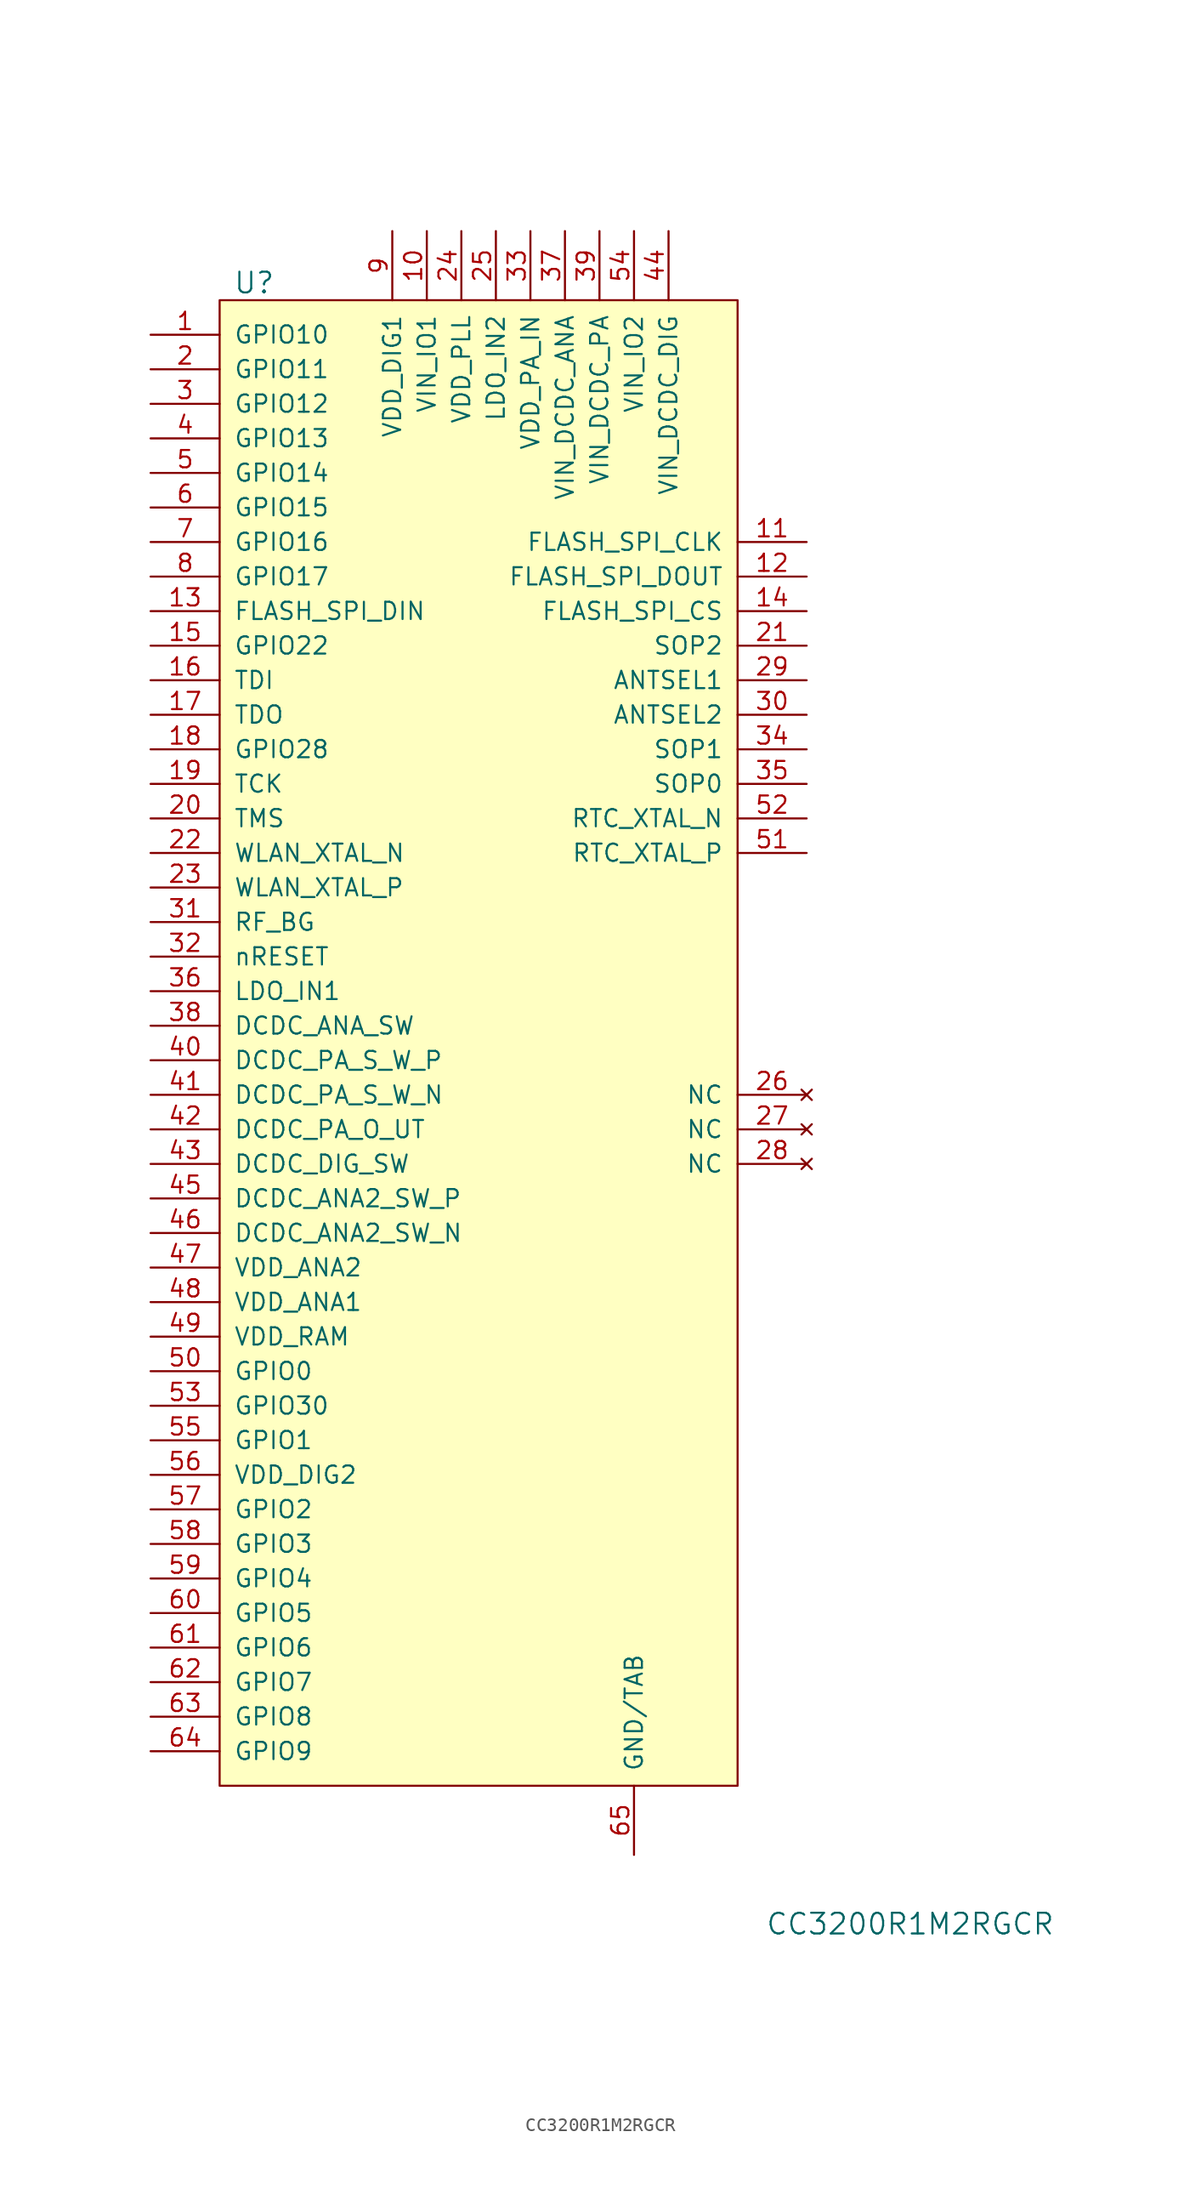
<source format=kicad_sym>
(kicad_symbol_lib
  (version 20231120)
  (generator "kicad_symbol_editor")
  (generator_version "8.0")
  (symbol "CC3200R1M2RGCR"
    (pin_names
      (offset 1.016))
    (property "Reference" "U"
      (at -12.7 41.91 0)
      (effects (font (size 1.524 1.524))))
    (property "Value" "CC3200R1M2RGCR"
      (at 35.56 -78.74 0)
      (effects (font (size 1.524 1.524))))
    (symbol "CC3200R1M2RGCR_0_1"
      (rectangle (start -15.24 40.64) (end 22.86 -68.58) (stroke (width 0) (type default)) (fill (type background))))
    (symbol "CC3200R1M2RGCR_1_1"
      (pin bidirectional line (at -20.32 38.1 0) (length 5.08) (name "GPIO10" (effects (font (size 1.27 1.27)))) (number "1" (effects (font (size 1.27 1.27)))))
      (pin power_in line (at 0 45.72 270) (length 5.08) (name "VIN_IO1" (effects (font (size 1.27 1.27)))) (number "10" (effects (font (size 1.27 1.27)))))
      (pin output line (at 27.94 22.86 180) (length 5.08) (name "FLASH_SPI_CLK" (effects (font (size 1.27 1.27)))) (number "11" (effects (font (size 1.27 1.27)))))
      (pin output line (at 27.94 20.32 180) (length 5.08) (name "FLASH_SPI_DOUT" (effects (font (size 1.27 1.27)))) (number "12" (effects (font (size 1.27 1.27)))))
      (pin input line (at -20.32 17.78 0) (length 5.08) (name "FLASH_SPI_DIN" (effects (font (size 1.27 1.27)))) (number "13" (effects (font (size 1.27 1.27)))))
      (pin output line (at 27.94 17.78 180) (length 5.08) (name "FLASH_SPI_CS" (effects (font (size 1.27 1.27)))) (number "14" (effects (font (size 1.27 1.27)))))
      (pin bidirectional line (at -20.32 15.24 0) (length 5.08) (name "GPIO22" (effects (font (size 1.27 1.27)))) (number "15" (effects (font (size 1.27 1.27)))))
      (pin bidirectional line (at -20.32 12.7 0) (length 5.08) (name "TDI" (effects (font (size 1.27 1.27)))) (number "16" (effects (font (size 1.27 1.27)))))
      (pin bidirectional line (at -20.32 10.16 0) (length 5.08) (name "TDO" (effects (font (size 1.27 1.27)))) (number "17" (effects (font (size 1.27 1.27)))))
      (pin bidirectional line (at -20.32 7.62 0) (length 5.08) (name "GPIO28" (effects (font (size 1.27 1.27)))) (number "18" (effects (font (size 1.27 1.27)))))
      (pin bidirectional line (at -20.32 5.08 0) (length 5.08) (name "TCK" (effects (font (size 1.27 1.27)))) (number "19" (effects (font (size 1.27 1.27)))))
      (pin bidirectional line (at -20.32 35.56 0) (length 5.08) (name "GPIO11" (effects (font (size 1.27 1.27)))) (number "2" (effects (font (size 1.27 1.27)))))
      (pin bidirectional line (at -20.32 2.54 0) (length 5.08) (name "TMS" (effects (font (size 1.27 1.27)))) (number "20" (effects (font (size 1.27 1.27)))))
      (pin output line (at 27.94 15.24 180) (length 5.08) (name "SOP2" (effects (font (size 1.27 1.27)))) (number "21" (effects (font (size 1.27 1.27)))))
      (pin input line (at -20.32 0 0) (length 5.08) (name "WLAN_XTAL_N" (effects (font (size 1.27 1.27)))) (number "22" (effects (font (size 1.27 1.27)))))
      (pin input line (at -20.32 -2.54 0) (length 5.08) (name "WLAN_XTAL_P" (effects (font (size 1.27 1.27)))) (number "23" (effects (font (size 1.27 1.27)))))
      (pin power_in line (at 2.54 45.72 270) (length 5.08) (name "VDD_PLL" (effects (font (size 1.27 1.27)))) (number "24" (effects (font (size 1.27 1.27)))))
      (pin power_in line (at 5.08 45.72 270) (length 5.08) (name "LDO_IN2" (effects (font (size 1.27 1.27)))) (number "25" (effects (font (size 1.27 1.27)))))
      (pin no_connect line (at 27.94 -17.78 180) (length 5.08) (name "NC" (effects (font (size 1.27 1.27)))) (number "26" (effects (font (size 1.27 1.27)))))
      (pin no_connect line (at 27.94 -20.32 180) (length 5.08) (name "NC" (effects (font (size 1.27 1.27)))) (number "27" (effects (font (size 1.27 1.27)))))
      (pin no_connect line (at 27.94 -22.86 180) (length 5.08) (name "NC" (effects (font (size 1.27 1.27)))) (number "28" (effects (font (size 1.27 1.27)))))
      (pin output line (at 27.94 12.7 180) (length 5.08) (name "ANTSEL1" (effects (font (size 1.27 1.27)))) (number "29" (effects (font (size 1.27 1.27)))))
      (pin bidirectional line (at -20.32 33.02 0) (length 5.08) (name "GPIO12" (effects (font (size 1.27 1.27)))) (number "3" (effects (font (size 1.27 1.27)))))
      (pin output line (at 27.94 10.16 180) (length 5.08) (name "ANTSEL2" (effects (font (size 1.27 1.27)))) (number "30" (effects (font (size 1.27 1.27)))))
      (pin bidirectional line (at -20.32 -5.08 0) (length 5.08) (name "RF_BG" (effects (font (size 1.27 1.27)))) (number "31" (effects (font (size 1.27 1.27)))))
      (pin input line (at -20.32 -7.62 0) (length 5.08) (name "nRESET" (effects (font (size 1.27 1.27)))) (number "32" (effects (font (size 1.27 1.27)))))
      (pin power_in line (at 7.62 45.72 270) (length 5.08) (name "VDD_PA_IN" (effects (font (size 1.27 1.27)))) (number "33" (effects (font (size 1.27 1.27)))))
      (pin output line (at 27.94 7.62 180) (length 5.08) (name "SOP1" (effects (font (size 1.27 1.27)))) (number "34" (effects (font (size 1.27 1.27)))))
      (pin output line (at 27.94 5.08 180) (length 5.08) (name "SOP0" (effects (font (size 1.27 1.27)))) (number "35" (effects (font (size 1.27 1.27)))))
      (pin input line (at -20.32 -10.16 0) (length 5.08) (name "LDO_IN1" (effects (font (size 1.27 1.27)))) (number "36" (effects (font (size 1.27 1.27)))))
      (pin power_in line (at 10.16 45.72 270) (length 5.08) (name "VIN_DCDC_ANA" (effects (font (size 1.27 1.27)))) (number "37" (effects (font (size 1.27 1.27)))))
      (pin input line (at -20.32 -12.7 0) (length 5.08) (name "DCDC_ANA_SW" (effects (font (size 1.27 1.27)))) (number "38" (effects (font (size 1.27 1.27)))))
      (pin power_in line (at 12.7 45.72 270) (length 5.08) (name "VIN_DCDC_PA" (effects (font (size 1.27 1.27)))) (number "39" (effects (font (size 1.27 1.27)))))
      (pin bidirectional line (at -20.32 30.48 0) (length 5.08) (name "GPIO13" (effects (font (size 1.27 1.27)))) (number "4" (effects (font (size 1.27 1.27)))))
      (pin input line (at -20.32 -15.24 0) (length 5.08) (name "DCDC_PA_S_W_P" (effects (font (size 1.27 1.27)))) (number "40" (effects (font (size 1.27 1.27)))))
      (pin input line (at -20.32 -17.78 0) (length 5.08) (name "DCDC_PA_S_W_N" (effects (font (size 1.27 1.27)))) (number "41" (effects (font (size 1.27 1.27)))))
      (pin input line (at -20.32 -20.32 0) (length 5.08) (name "DCDC_PA_O_UT" (effects (font (size 1.27 1.27)))) (number "42" (effects (font (size 1.27 1.27)))))
      (pin input line (at -20.32 -22.86 0) (length 5.08) (name "DCDC_DIG_SW" (effects (font (size 1.27 1.27)))) (number "43" (effects (font (size 1.27 1.27)))))
      (pin power_in line (at 17.78 45.72 270) (length 5.08) (name "VIN_DCDC_DIG" (effects (font (size 1.27 1.27)))) (number "44" (effects (font (size 1.27 1.27)))))
      (pin bidirectional line (at -20.32 -25.4 0) (length 5.08) (name "DCDC_ANA2_SW_P" (effects (font (size 1.27 1.27)))) (number "45" (effects (font (size 1.27 1.27)))))
      (pin input line (at -20.32 -27.94 0) (length 5.08) (name "DCDC_ANA2_SW_N" (effects (font (size 1.27 1.27)))) (number "46" (effects (font (size 1.27 1.27)))))
      (pin input line (at -20.32 -30.48 0) (length 5.08) (name "VDD_ANA2" (effects (font (size 1.27 1.27)))) (number "47" (effects (font (size 1.27 1.27)))))
      (pin input line (at -20.32 -33.02 0) (length 5.08) (name "VDD_ANA1" (effects (font (size 1.27 1.27)))) (number "48" (effects (font (size 1.27 1.27)))))
      (pin input line (at -20.32 -35.56 0) (length 5.08) (name "VDD_RAM" (effects (font (size 1.27 1.27)))) (number "49" (effects (font (size 1.27 1.27)))))
      (pin bidirectional line (at -20.32 27.94 0) (length 5.08) (name "GPIO14" (effects (font (size 1.27 1.27)))) (number "5" (effects (font (size 1.27 1.27)))))
      (pin bidirectional line (at -20.32 -38.1 0) (length 5.08) (name "GPIO0" (effects (font (size 1.27 1.27)))) (number "50" (effects (font (size 1.27 1.27)))))
      (pin output line (at 27.94 0 180) (length 5.08) (name "RTC_XTAL_P" (effects (font (size 1.27 1.27)))) (number "51" (effects (font (size 1.27 1.27)))))
      (pin output line (at 27.94 2.54 180) (length 5.08) (name "RTC_XTAL_N" (effects (font (size 1.27 1.27)))) (number "52" (effects (font (size 1.27 1.27)))))
      (pin bidirectional line (at -20.32 -40.64 0) (length 5.08) (name "GPIO30" (effects (font (size 1.27 1.27)))) (number "53" (effects (font (size 1.27 1.27)))))
      (pin power_in line (at 15.24 45.72 270) (length 5.08) (name "VIN_IO2" (effects (font (size 1.27 1.27)))) (number "54" (effects (font (size 1.27 1.27)))))
      (pin bidirectional line (at -20.32 -43.18 0) (length 5.08) (name "GPIO1" (effects (font (size 1.27 1.27)))) (number "55" (effects (font (size 1.27 1.27)))))
      (pin input line (at -20.32 -45.72 0) (length 5.08) (name "VDD_DIG2" (effects (font (size 1.27 1.27)))) (number "56" (effects (font (size 1.27 1.27)))))
      (pin bidirectional line (at -20.32 -48.26 0) (length 5.08) (name "GPIO2" (effects (font (size 1.27 1.27)))) (number "57" (effects (font (size 1.27 1.27)))))
      (pin bidirectional line (at -20.32 -50.8 0) (length 5.08) (name "GPIO3" (effects (font (size 1.27 1.27)))) (number "58" (effects (font (size 1.27 1.27)))))
      (pin bidirectional line (at -20.32 -53.34 0) (length 5.08) (name "GPIO4" (effects (font (size 1.27 1.27)))) (number "59" (effects (font (size 1.27 1.27)))))
      (pin bidirectional line (at -20.32 25.4 0) (length 5.08) (name "GPIO15" (effects (font (size 1.27 1.27)))) (number "6" (effects (font (size 1.27 1.27)))))
      (pin bidirectional line (at -20.32 -55.88 0) (length 5.08) (name "GPIO5" (effects (font (size 1.27 1.27)))) (number "60" (effects (font (size 1.27 1.27)))))
      (pin bidirectional line (at -20.32 -58.42 0) (length 5.08) (name "GPIO6" (effects (font (size 1.27 1.27)))) (number "61" (effects (font (size 1.27 1.27)))))
      (pin bidirectional line (at -20.32 -60.96 0) (length 5.08) (name "GPIO7" (effects (font (size 1.27 1.27)))) (number "62" (effects (font (size 1.27 1.27)))))
      (pin bidirectional line (at -20.32 -63.5 0) (length 5.08) (name "GPIO8" (effects (font (size 1.27 1.27)))) (number "63" (effects (font (size 1.27 1.27)))))
      (pin bidirectional line (at -20.32 -66.04 0) (length 5.08) (name "GPIO9" (effects (font (size 1.27 1.27)))) (number "64" (effects (font (size 1.27 1.27)))))
      (pin power_in line (at 15.24 -73.66 90) (length 5.08) (name "GND/TAB" (effects (font (size 1.27 1.27)))) (number "65" (effects (font (size 1.27 1.27)))))
      (pin bidirectional line (at -20.32 22.86 0) (length 5.08) (name "GPIO16" (effects (font (size 1.27 1.27)))) (number "7" (effects (font (size 1.27 1.27)))))
      (pin bidirectional line (at -20.32 20.32 0) (length 5.08) (name "GPIO17" (effects (font (size 1.27 1.27)))) (number "8" (effects (font (size 1.27 1.27)))))
      (pin power_in line (at -2.54 45.72 270) (length 5.08) (name "VDD_DIG1" (effects (font (size 1.27 1.27)))) (number "9" (effects (font (size 1.27 1.27))))))))
</source>
